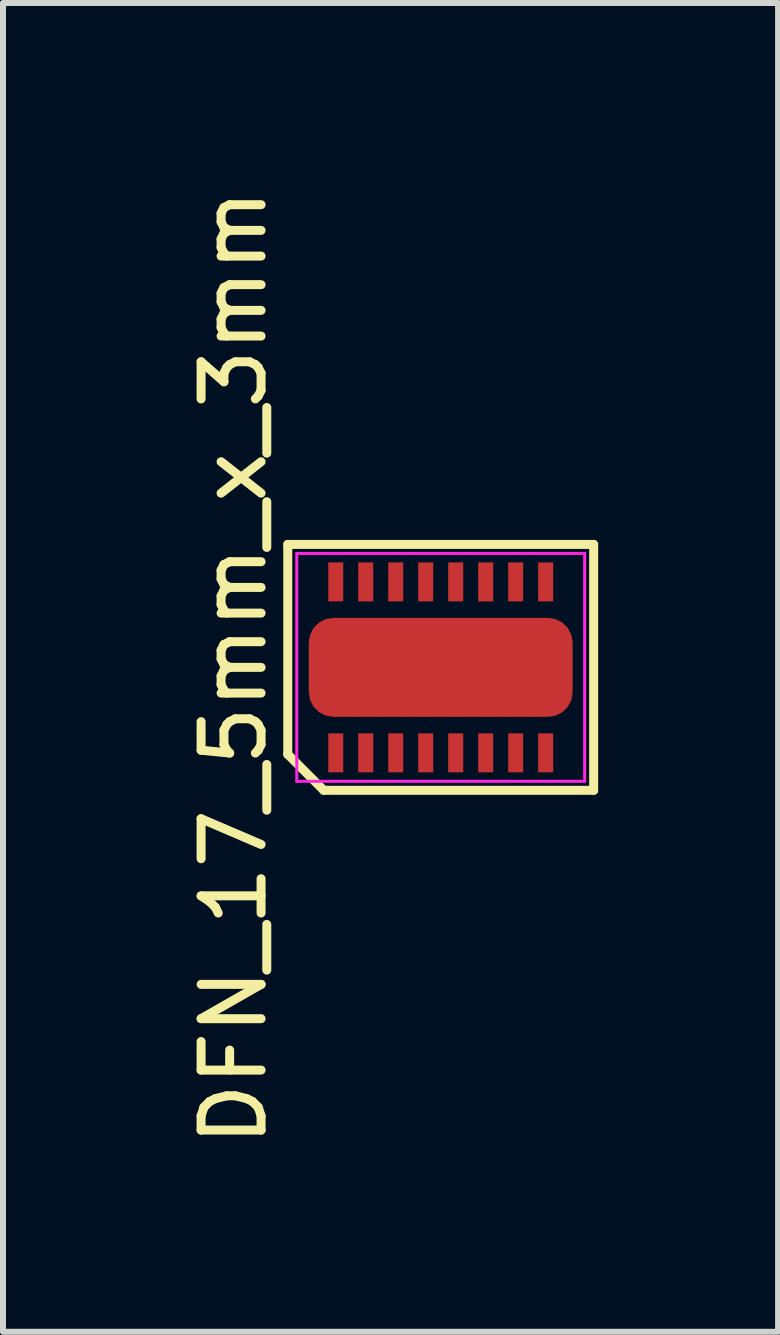
<source format=kicad_pcb>
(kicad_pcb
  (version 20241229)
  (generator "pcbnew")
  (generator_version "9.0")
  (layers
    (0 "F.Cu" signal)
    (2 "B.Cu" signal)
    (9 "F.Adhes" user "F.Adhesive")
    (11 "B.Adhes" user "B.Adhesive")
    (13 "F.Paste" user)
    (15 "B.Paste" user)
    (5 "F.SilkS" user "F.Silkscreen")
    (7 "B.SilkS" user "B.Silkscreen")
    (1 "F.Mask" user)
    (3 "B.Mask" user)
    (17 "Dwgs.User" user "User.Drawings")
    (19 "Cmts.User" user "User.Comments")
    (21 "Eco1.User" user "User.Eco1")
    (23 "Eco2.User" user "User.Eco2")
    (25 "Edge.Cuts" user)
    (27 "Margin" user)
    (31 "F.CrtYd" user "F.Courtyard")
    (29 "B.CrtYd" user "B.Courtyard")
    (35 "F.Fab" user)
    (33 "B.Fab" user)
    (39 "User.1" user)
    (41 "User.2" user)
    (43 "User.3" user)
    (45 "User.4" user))
  (footprint "DFN_17_5mm_x_3mm"
    (layer "F.Cu")
    (at 4.298 8.077)
    (property "Reference" "DFN_17_5mm_x_3mm" (at -3.45 0 90) (layer "F.SilkS") (effects (font (size 1 1) (thickness 0.15))))
    (attr smd)
    (fp_line (start -2.55 -2.05) (end 2.55 -2.05) (stroke (width 0.15) (type solid)) (layer "F.SilkS"))
    (fp_line (start -2.55 1.45) (end -2.55 -2.05) (stroke (width 0.15) (type solid)) (layer "F.SilkS"))
    (fp_line (start -1.95 2.05) (end -2.55 1.45) (stroke (width 0.15) (type solid)) (layer "F.SilkS"))
    (fp_line (start 2.55 -2.05) (end 2.55 2.05) (stroke (width 0.15) (type solid)) (layer "F.SilkS"))
    (fp_line (start 2.55 2.05) (end -1.95 2.05) (stroke (width 0.15) (type solid)) (layer "F.SilkS"))
    (fp_line (start -2.4 -1.9) (end 2.4 -1.9) (stroke (width 0.05) (type solid)) (layer "F.CrtYd"))
    (fp_line (start -2.4 1.9) (end -2.4 -1.9) (stroke (width 0.05) (type solid)) (layer "F.CrtYd"))
    (fp_line (start 2.4 -1.9) (end 2.4 1.9) (stroke (width 0.05) (type solid)) (layer "F.CrtYd"))
    (fp_line (start 2.4 1.9) (end -2.4 1.9) (stroke (width 0.05) (type solid)) (layer "F.CrtYd"))
    (pad "1" smd rect (at -1.75 1.425) (size 0.25 0.65) (layers "F.Cu" "F.Mask" "F.Paste"))
    (pad "2" smd rect (at -1.25 1.425) (size 0.25 0.65) (layers "F.Cu" "F.Mask" "F.Paste"))
    (pad "3" smd rect (at -0.75 1.425) (size 0.25 0.65) (layers "F.Cu" "F.Mask" "F.Paste"))
    (pad "4" smd rect (at -0.25 1.425) (size 0.25 0.65) (layers "F.Cu" "F.Mask" "F.Paste"))
    (pad "5" smd rect (at 0.25 1.425) (size 0.25 0.65) (layers "F.Cu" "F.Mask" "F.Paste"))
    (pad "6" smd rect (at 0.75 1.425) (size 0.25 0.65) (layers "F.Cu" "F.Mask" "F.Paste"))
    (pad "7" smd rect (at 1.25 1.425) (size 0.25 0.65) (layers "F.Cu" "F.Mask" "F.Paste"))
    (pad "8" smd rect (at 1.75 1.425) (size 0.25 0.65) (layers "F.Cu" "F.Mask" "F.Paste"))
    (pad "9" smd rect (at 1.75 -1.425) (size 0.25 0.65) (layers "F.Cu" "F.Mask" "F.Paste"))
    (pad "10" smd rect (at 1.25 -1.425) (size 0.25 0.65) (layers "F.Cu" "F.Mask" "F.Paste"))
    (pad "11" smd rect (at 0.75 -1.425) (size 0.25 0.65) (layers "F.Cu" "F.Mask" "F.Paste"))
    (pad "12" smd rect (at 0.25 -1.425) (size 0.25 0.65) (layers "F.Cu" "F.Mask" "F.Paste"))
    (pad "13" smd rect (at -0.25 -1.425) (size 0.25 0.65) (layers "F.Cu" "F.Mask" "F.Paste"))
    (pad "14" smd rect (at -0.75 -1.425) (size 0.25 0.65) (layers "F.Cu" "F.Mask" "F.Paste"))
    (pad "15" smd rect (at -1.25 -1.425) (size 0.25 0.65) (layers "F.Cu" "F.Mask" "F.Paste"))
    (pad "16" smd rect (at -1.75 -1.425) (size 0.25 0.65) (layers "F.Cu" "F.Mask" "F.Paste"))
    (pad "17" smd roundrect (at 0 0) (size 4.4 1.65) (layers "F.Cu" "F.Mask" "F.Paste") (roundrect_rratio 0.25)))
  (gr_rect
    (start -3 -3)
    (end 9.923 19.155)
    (stroke (width 0.1) (type default))
    (fill no)
    (layer "Edge.Cuts")))
</source>
